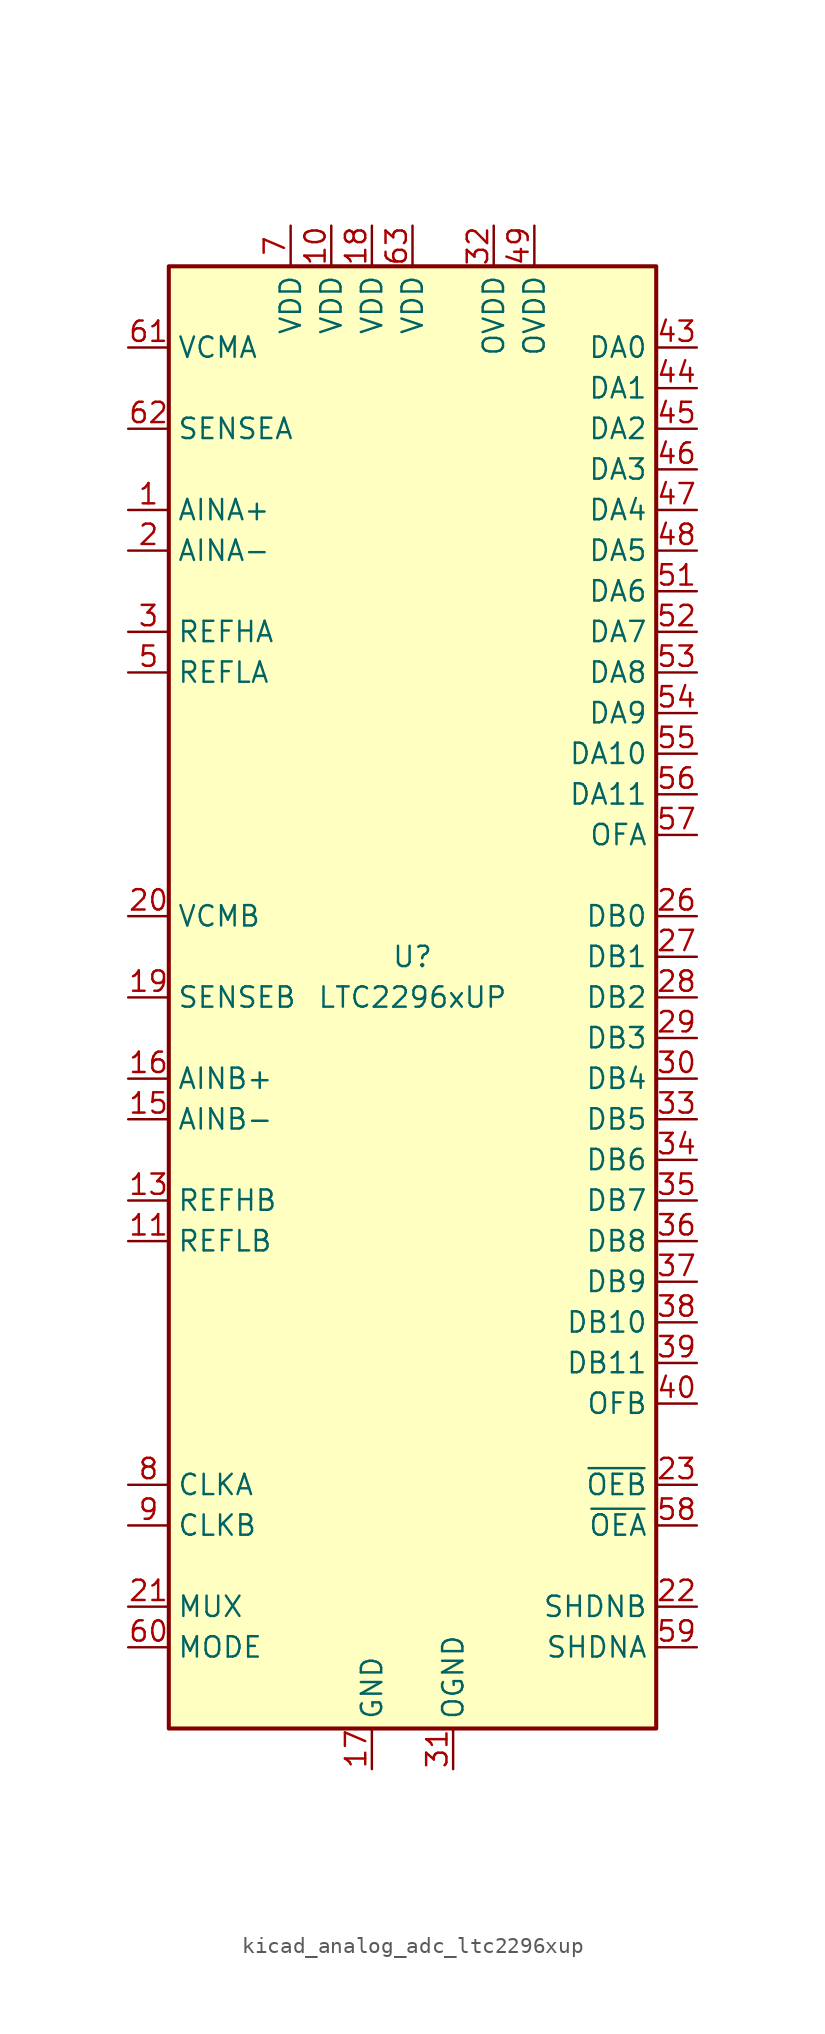
<source format=kicad_sym>
(kicad_symbol_lib
  (version 20220914)
  (generator kicad_symbol_editor)
  (symbol "kicad_analog_adc_ltc2296xup"
    (property "Reference" "U"
      (at 0 2.54 0)
      (effects (font (size 1.27 1.27))))
    (property "Value" "LTC2296xUP"
      (at 0 0 0)
      (effects (font (size 1.27 1.27))))
    (symbol "kicad_analog_adc_ltc2296xup_0_1"
      (rectangle (start -15.24 45.72) (end 15.24 -45.72) (stroke (width 0.254) (type default)) (fill (type background))))
    (symbol "kicad_analog_adc_ltc2296xup_1_1"
      (pin input line (at -17.78 30.48 0) (length 2.54) (name "AINA+" (effects (font (size 1.27 1.27)))) (number "1" (effects (font (size 1.27 1.27)))))
      (pin power_in line (at -5.08 48.26 270) (length 2.54) (name "VDD" (effects (font (size 1.27 1.27)))) (number "10" (effects (font (size 1.27 1.27)))))
      (pin input line (at -17.78 -15.24 0) (length 2.54) (name "REFLB" (effects (font (size 1.27 1.27)))) (number "11" (effects (font (size 1.27 1.27)))))
      (pin input line (at -17.78 -15.24 0) (length 2.54) hide (name "REFLB" (effects (font (size 1.27 1.27)))) (number "12" (effects (font (size 1.27 1.27)))))
      (pin input line (at -17.78 -12.7 0) (length 2.54) (name "REFHB" (effects (font (size 1.27 1.27)))) (number "13" (effects (font (size 1.27 1.27)))))
      (pin input line (at -17.78 -12.7 0) (length 2.54) hide (name "REFHB" (effects (font (size 1.27 1.27)))) (number "14" (effects (font (size 1.27 1.27)))))
      (pin input line (at -17.78 -7.62 0) (length 2.54) (name "AINB-" (effects (font (size 1.27 1.27)))) (number "15" (effects (font (size 1.27 1.27)))))
      (pin input line (at -17.78 -5.08 0) (length 2.54) (name "AINB+" (effects (font (size 1.27 1.27)))) (number "16" (effects (font (size 1.27 1.27)))))
      (pin power_in line (at -2.54 -48.26 90) (length 2.54) (name "GND" (effects (font (size 1.27 1.27)))) (number "17" (effects (font (size 1.27 1.27)))))
      (pin power_in line (at -2.54 48.26 270) (length 2.54) (name "VDD" (effects (font (size 1.27 1.27)))) (number "18" (effects (font (size 1.27 1.27)))))
      (pin input line (at -17.78 0 0) (length 2.54) (name "SENSEB" (effects (font (size 1.27 1.27)))) (number "19" (effects (font (size 1.27 1.27)))))
      (pin input line (at -17.78 27.94 0) (length 2.54) (name "AINA-" (effects (font (size 1.27 1.27)))) (number "2" (effects (font (size 1.27 1.27)))))
      (pin passive line (at -17.78 5.08 0) (length 2.54) (name "VCMB" (effects (font (size 1.27 1.27)))) (number "20" (effects (font (size 1.27 1.27)))))
      (pin input line (at -17.78 -38.1 0) (length 2.54) (name "MUX" (effects (font (size 1.27 1.27)))) (number "21" (effects (font (size 1.27 1.27)))))
      (pin input line (at 17.78 -38.1 180) (length 2.54) (name "SHDNB" (effects (font (size 1.27 1.27)))) (number "22" (effects (font (size 1.27 1.27)))))
      (pin input line (at 17.78 -30.48 180) (length 2.54) (name "~{OEB}" (effects (font (size 1.27 1.27)))) (number "23" (effects (font (size 1.27 1.27)))))
      (pin no_connect line (at -15.24 -20.32 0) (length 2.54) hide (name "NC" (effects (font (size 1.27 1.27)))) (number "24" (effects (font (size 1.27 1.27)))))
      (pin no_connect line (at -15.24 -22.86 0) (length 2.54) hide (name "NC" (effects (font (size 1.27 1.27)))) (number "25" (effects (font (size 1.27 1.27)))))
      (pin output line (at 17.78 5.08 180) (length 2.54) (name "DB0" (effects (font (size 1.27 1.27)))) (number "26" (effects (font (size 1.27 1.27)))))
      (pin output line (at 17.78 2.54 180) (length 2.54) (name "DB1" (effects (font (size 1.27 1.27)))) (number "27" (effects (font (size 1.27 1.27)))))
      (pin output line (at 17.78 0 180) (length 2.54) (name "DB2" (effects (font (size 1.27 1.27)))) (number "28" (effects (font (size 1.27 1.27)))))
      (pin output line (at 17.78 -2.54 180) (length 2.54) (name "DB3" (effects (font (size 1.27 1.27)))) (number "29" (effects (font (size 1.27 1.27)))))
      (pin input line (at -17.78 22.86 0) (length 2.54) (name "REFHA" (effects (font (size 1.27 1.27)))) (number "3" (effects (font (size 1.27 1.27)))))
      (pin output line (at 17.78 -5.08 180) (length 2.54) (name "DB4" (effects (font (size 1.27 1.27)))) (number "30" (effects (font (size 1.27 1.27)))))
      (pin power_in line (at 2.54 -48.26 90) (length 2.54) (name "OGND" (effects (font (size 1.27 1.27)))) (number "31" (effects (font (size 1.27 1.27)))))
      (pin power_in line (at 5.08 48.26 270) (length 2.54) (name "OVDD" (effects (font (size 1.27 1.27)))) (number "32" (effects (font (size 1.27 1.27)))))
      (pin output line (at 17.78 -7.62 180) (length 2.54) (name "DB5" (effects (font (size 1.27 1.27)))) (number "33" (effects (font (size 1.27 1.27)))))
      (pin output line (at 17.78 -10.16 180) (length 2.54) (name "DB6" (effects (font (size 1.27 1.27)))) (number "34" (effects (font (size 1.27 1.27)))))
      (pin output line (at 17.78 -12.7 180) (length 2.54) (name "DB7" (effects (font (size 1.27 1.27)))) (number "35" (effects (font (size 1.27 1.27)))))
      (pin output line (at 17.78 -15.24 180) (length 2.54) (name "DB8" (effects (font (size 1.27 1.27)))) (number "36" (effects (font (size 1.27 1.27)))))
      (pin output line (at 17.78 -17.78 180) (length 2.54) (name "DB9" (effects (font (size 1.27 1.27)))) (number "37" (effects (font (size 1.27 1.27)))))
      (pin output line (at 17.78 -20.32 180) (length 2.54) (name "DB10" (effects (font (size 1.27 1.27)))) (number "38" (effects (font (size 1.27 1.27)))))
      (pin output line (at 17.78 -22.86 180) (length 2.54) (name "DB11" (effects (font (size 1.27 1.27)))) (number "39" (effects (font (size 1.27 1.27)))))
      (pin input line (at -17.78 22.86 0) (length 2.54) hide (name "REFHA" (effects (font (size 1.27 1.27)))) (number "4" (effects (font (size 1.27 1.27)))))
      (pin output line (at 17.78 -25.4 180) (length 2.54) (name "OFB" (effects (font (size 1.27 1.27)))) (number "40" (effects (font (size 1.27 1.27)))))
      (pin no_connect line (at -15.24 -25.4 0) (length 2.54) hide (name "NC" (effects (font (size 1.27 1.27)))) (number "41" (effects (font (size 1.27 1.27)))))
      (pin no_connect line (at -15.24 -27.94 0) (length 2.54) hide (name "NC" (effects (font (size 1.27 1.27)))) (number "42" (effects (font (size 1.27 1.27)))))
      (pin output line (at 17.78 40.64 180) (length 2.54) (name "DA0" (effects (font (size 1.27 1.27)))) (number "43" (effects (font (size 1.27 1.27)))))
      (pin output line (at 17.78 38.1 180) (length 2.54) (name "DA1" (effects (font (size 1.27 1.27)))) (number "44" (effects (font (size 1.27 1.27)))))
      (pin output line (at 17.78 35.56 180) (length 2.54) (name "DA2" (effects (font (size 1.27 1.27)))) (number "45" (effects (font (size 1.27 1.27)))))
      (pin output line (at 17.78 33.02 180) (length 2.54) (name "DA3" (effects (font (size 1.27 1.27)))) (number "46" (effects (font (size 1.27 1.27)))))
      (pin output line (at 17.78 30.48 180) (length 2.54) (name "DA4" (effects (font (size 1.27 1.27)))) (number "47" (effects (font (size 1.27 1.27)))))
      (pin output line (at 17.78 27.94 180) (length 2.54) (name "DA5" (effects (font (size 1.27 1.27)))) (number "48" (effects (font (size 1.27 1.27)))))
      (pin power_in line (at 7.62 48.26 270) (length 2.54) (name "OVDD" (effects (font (size 1.27 1.27)))) (number "49" (effects (font (size 1.27 1.27)))))
      (pin input line (at -17.78 20.32 0) (length 2.54) (name "REFLA" (effects (font (size 1.27 1.27)))) (number "5" (effects (font (size 1.27 1.27)))))
      (pin passive line (at 2.54 -48.26 90) (length 2.54) hide (name "OGND" (effects (font (size 1.27 1.27)))) (number "50" (effects (font (size 1.27 1.27)))))
      (pin output line (at 17.78 25.4 180) (length 2.54) (name "DA6" (effects (font (size 1.27 1.27)))) (number "51" (effects (font (size 1.27 1.27)))))
      (pin output line (at 17.78 22.86 180) (length 2.54) (name "DA7" (effects (font (size 1.27 1.27)))) (number "52" (effects (font (size 1.27 1.27)))))
      (pin output line (at 17.78 20.32 180) (length 2.54) (name "DA8" (effects (font (size 1.27 1.27)))) (number "53" (effects (font (size 1.27 1.27)))))
      (pin output line (at 17.78 17.78 180) (length 2.54) (name "DA9" (effects (font (size 1.27 1.27)))) (number "54" (effects (font (size 1.27 1.27)))))
      (pin output line (at 17.78 15.24 180) (length 2.54) (name "DA10" (effects (font (size 1.27 1.27)))) (number "55" (effects (font (size 1.27 1.27)))))
      (pin output line (at 17.78 12.7 180) (length 2.54) (name "DA11" (effects (font (size 1.27 1.27)))) (number "56" (effects (font (size 1.27 1.27)))))
      (pin output line (at 17.78 10.16 180) (length 2.54) (name "OFA" (effects (font (size 1.27 1.27)))) (number "57" (effects (font (size 1.27 1.27)))))
      (pin input line (at 17.78 -33.02 180) (length 2.54) (name "~{OEA}" (effects (font (size 1.27 1.27)))) (number "58" (effects (font (size 1.27 1.27)))))
      (pin input line (at 17.78 -40.64 180) (length 2.54) (name "SHDNA" (effects (font (size 1.27 1.27)))) (number "59" (effects (font (size 1.27 1.27)))))
      (pin input line (at -17.78 20.32 0) (length 2.54) hide (name "REFLA" (effects (font (size 1.27 1.27)))) (number "6" (effects (font (size 1.27 1.27)))))
      (pin input line (at -17.78 -40.64 0) (length 2.54) (name "MODE" (effects (font (size 1.27 1.27)))) (number "60" (effects (font (size 1.27 1.27)))))
      (pin passive line (at -17.78 40.64 0) (length 2.54) (name "VCMA" (effects (font (size 1.27 1.27)))) (number "61" (effects (font (size 1.27 1.27)))))
      (pin input line (at -17.78 35.56 0) (length 2.54) (name "SENSEA" (effects (font (size 1.27 1.27)))) (number "62" (effects (font (size 1.27 1.27)))))
      (pin power_in line (at 0 48.26 270) (length 2.54) (name "VDD" (effects (font (size 1.27 1.27)))) (number "63" (effects (font (size 1.27 1.27)))))
      (pin passive line (at -2.54 -48.26 90) (length 2.54) hide (name "GND" (effects (font (size 1.27 1.27)))) (number "64" (effects (font (size 1.27 1.27)))))
      (pin passive line (at -2.54 -48.26 90) (length 2.54) hide (name "GND" (effects (font (size 1.27 1.27)))) (number "65" (effects (font (size 1.27 1.27)))))
      (pin power_in line (at -7.62 48.26 270) (length 2.54) (name "VDD" (effects (font (size 1.27 1.27)))) (number "7" (effects (font (size 1.27 1.27)))))
      (pin input line (at -17.78 -30.48 0) (length 2.54) (name "CLKA" (effects (font (size 1.27 1.27)))) (number "8" (effects (font (size 1.27 1.27)))))
      (pin input line (at -17.78 -33.02 0) (length 2.54) (name "CLKB" (effects (font (size 1.27 1.27)))) (number "9" (effects (font (size 1.27 1.27))))))))
</source>
